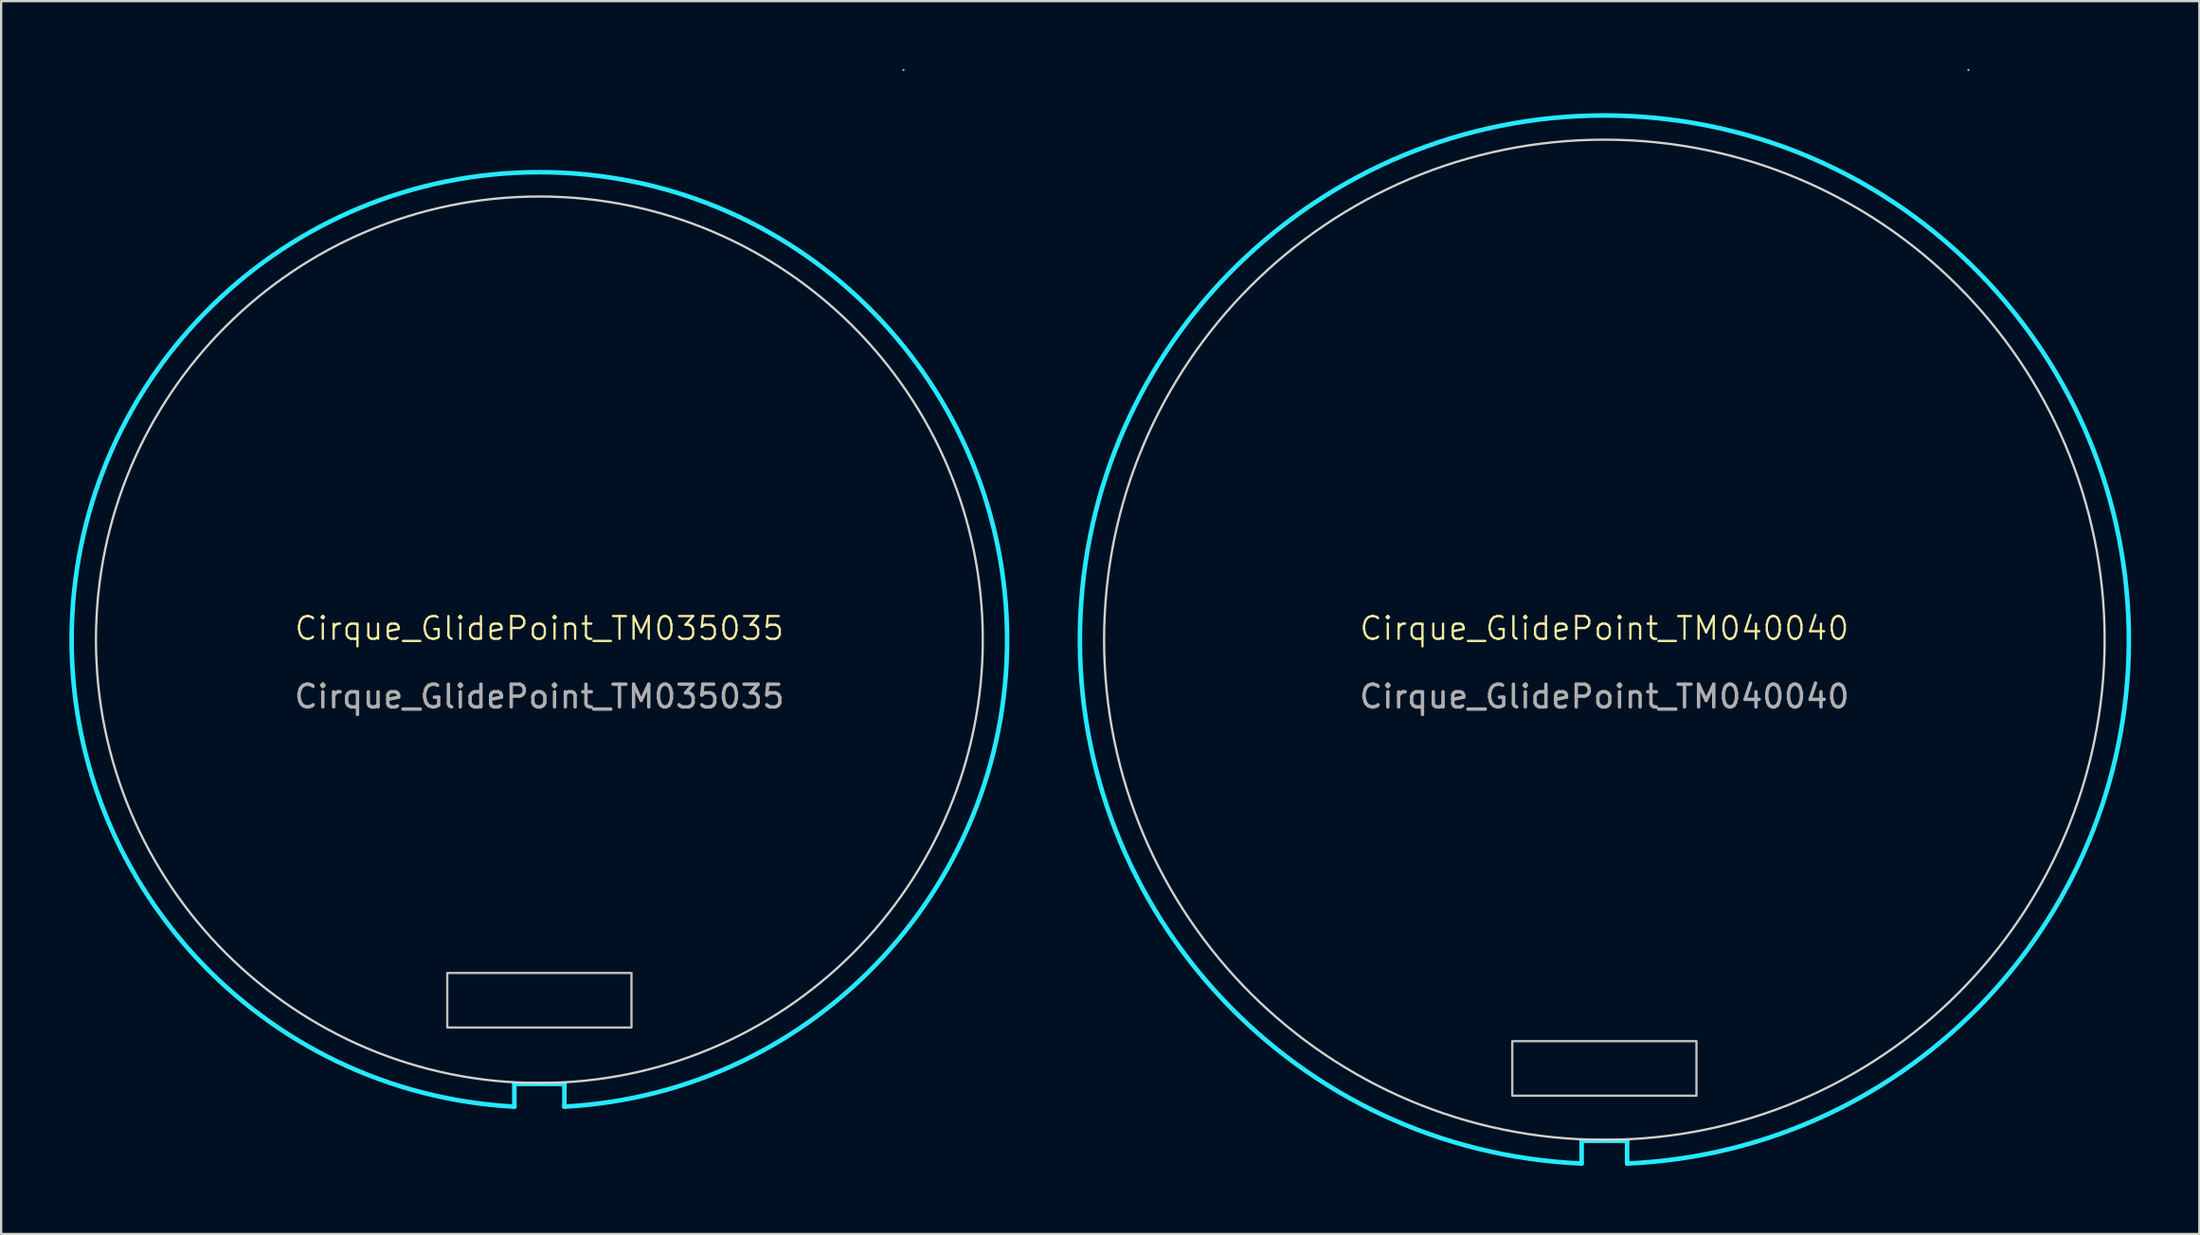
<source format=kicad_pcb>
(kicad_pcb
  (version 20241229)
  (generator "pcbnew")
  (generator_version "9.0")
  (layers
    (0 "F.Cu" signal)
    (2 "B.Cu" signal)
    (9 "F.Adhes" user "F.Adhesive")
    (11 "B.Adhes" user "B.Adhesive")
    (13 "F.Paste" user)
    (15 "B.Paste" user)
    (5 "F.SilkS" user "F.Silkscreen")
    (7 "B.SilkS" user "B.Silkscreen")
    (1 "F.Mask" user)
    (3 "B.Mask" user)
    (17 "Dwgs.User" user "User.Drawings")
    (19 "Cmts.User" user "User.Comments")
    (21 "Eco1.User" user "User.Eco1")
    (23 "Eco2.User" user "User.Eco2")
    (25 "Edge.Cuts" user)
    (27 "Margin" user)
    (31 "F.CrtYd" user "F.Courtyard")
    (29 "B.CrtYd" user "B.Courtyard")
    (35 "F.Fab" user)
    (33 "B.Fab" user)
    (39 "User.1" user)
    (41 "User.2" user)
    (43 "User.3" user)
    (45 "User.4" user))
  (footprint "Cirque_GlidePoint_TM040040"
    (layer "F.Cu")
    (at 67.505 25.095)
    (property "Reference" "Cirque_GlidePoint_TM040040" (at 0 -0.5 0) (unlocked yes) (layer "F.SilkS") (effects (font (size 1 1) (thickness 0.1))))
    (attr smd)
    (fp_rect (start -4.05 17.66) (end 4.05 20.06) (stroke (width 0.1) (type default)) (fill no) (layer "Dwgs.User"))
    (fp_circle (center 0 0) (end 22 0) (stroke (width 0.1) (type default)) (fill no) (layer "Edge.Cuts"))
    (fp_line (start -1 22.043) (end 1 22.043) (stroke (width 0.2) (type solid)) (layer "B.CrtYd"))
    (fp_line (start -1 23.043) (end -1 22.043) (stroke (width 0.2) (type solid)) (layer "B.CrtYd"))
    (fp_line (start 1 22.043) (end 1 23.043) (stroke (width 0.2) (type solid)) (layer "B.CrtYd"))
    (fp_arc (start -1.000008 23.043312) (mid 0 -23.065) (end 1.000008 23.043312) (stroke (width 0.2) (type solid)) (layer "B.CrtYd"))
    (fp_arc (start 16.01 -25.07) (mid 16.01 -25.07) (end 16.01 -25.07) (stroke (width 0.05) (type default)) (layer "B.CrtYd"))
    (fp_text user "${REFERENCE}" (at 0 2.5 0) (unlocked yes) (layer "F.Fab") (effects (font (size 1 1) (thickness 0.15)))))
  (footprint "Cirque_GlidePoint_TM035035"
    (layer "F.Cu")
    (at 20.67 25.095)
    (property "Reference" "Cirque_GlidePoint_TM035035" (at 0 -0.5 0) (unlocked yes) (layer "F.SilkS") (effects (font (size 1 1) (thickness 0.1))))
    (attr smd)
    (fp_rect (start -4.05 14.66) (end 4.05 17.06) (stroke (width 0.1) (type default)) (fill no) (layer "Dwgs.User"))
    (fp_circle (center 0 0) (end 19.5 0) (stroke (width 0.1) (type default)) (fill no) (layer "Edge.Cuts"))
    (fp_line (start -1.1 19.541) (end 1.1 19.541) (stroke (width 0.2) (type solid)) (layer "B.CrtYd"))
    (fp_line (start -1.1 20.541) (end -1.1 19.541) (stroke (width 0.2) (type solid)) (layer "B.CrtYd"))
    (fp_line (start 1.1 19.541) (end 1.1 20.541) (stroke (width 0.2) (type solid)) (layer "B.CrtYd"))
    (fp_arc (start -1.099997 20.540567) (mid 0 -20.57) (end 1.099997 20.540567) (stroke (width 0.2) (type solid)) (layer "B.CrtYd"))
    (fp_arc (start 16.01 -25.07) (mid 16.01 -25.07) (end 16.01 -25.07) (stroke (width 0.05) (type default)) (layer "B.CrtYd"))
    (fp_text user "${REFERENCE}" (at 0 2.5 0) (unlocked yes) (layer "F.Fab") (effects (font (size 1 1) (thickness 0.15)))))
  (gr_rect
    (start -3 -3)
    (end 93.67 51.238)
    (stroke (width 0.1) (type default))
    (fill no)
    (layer "Edge.Cuts")))
</source>
